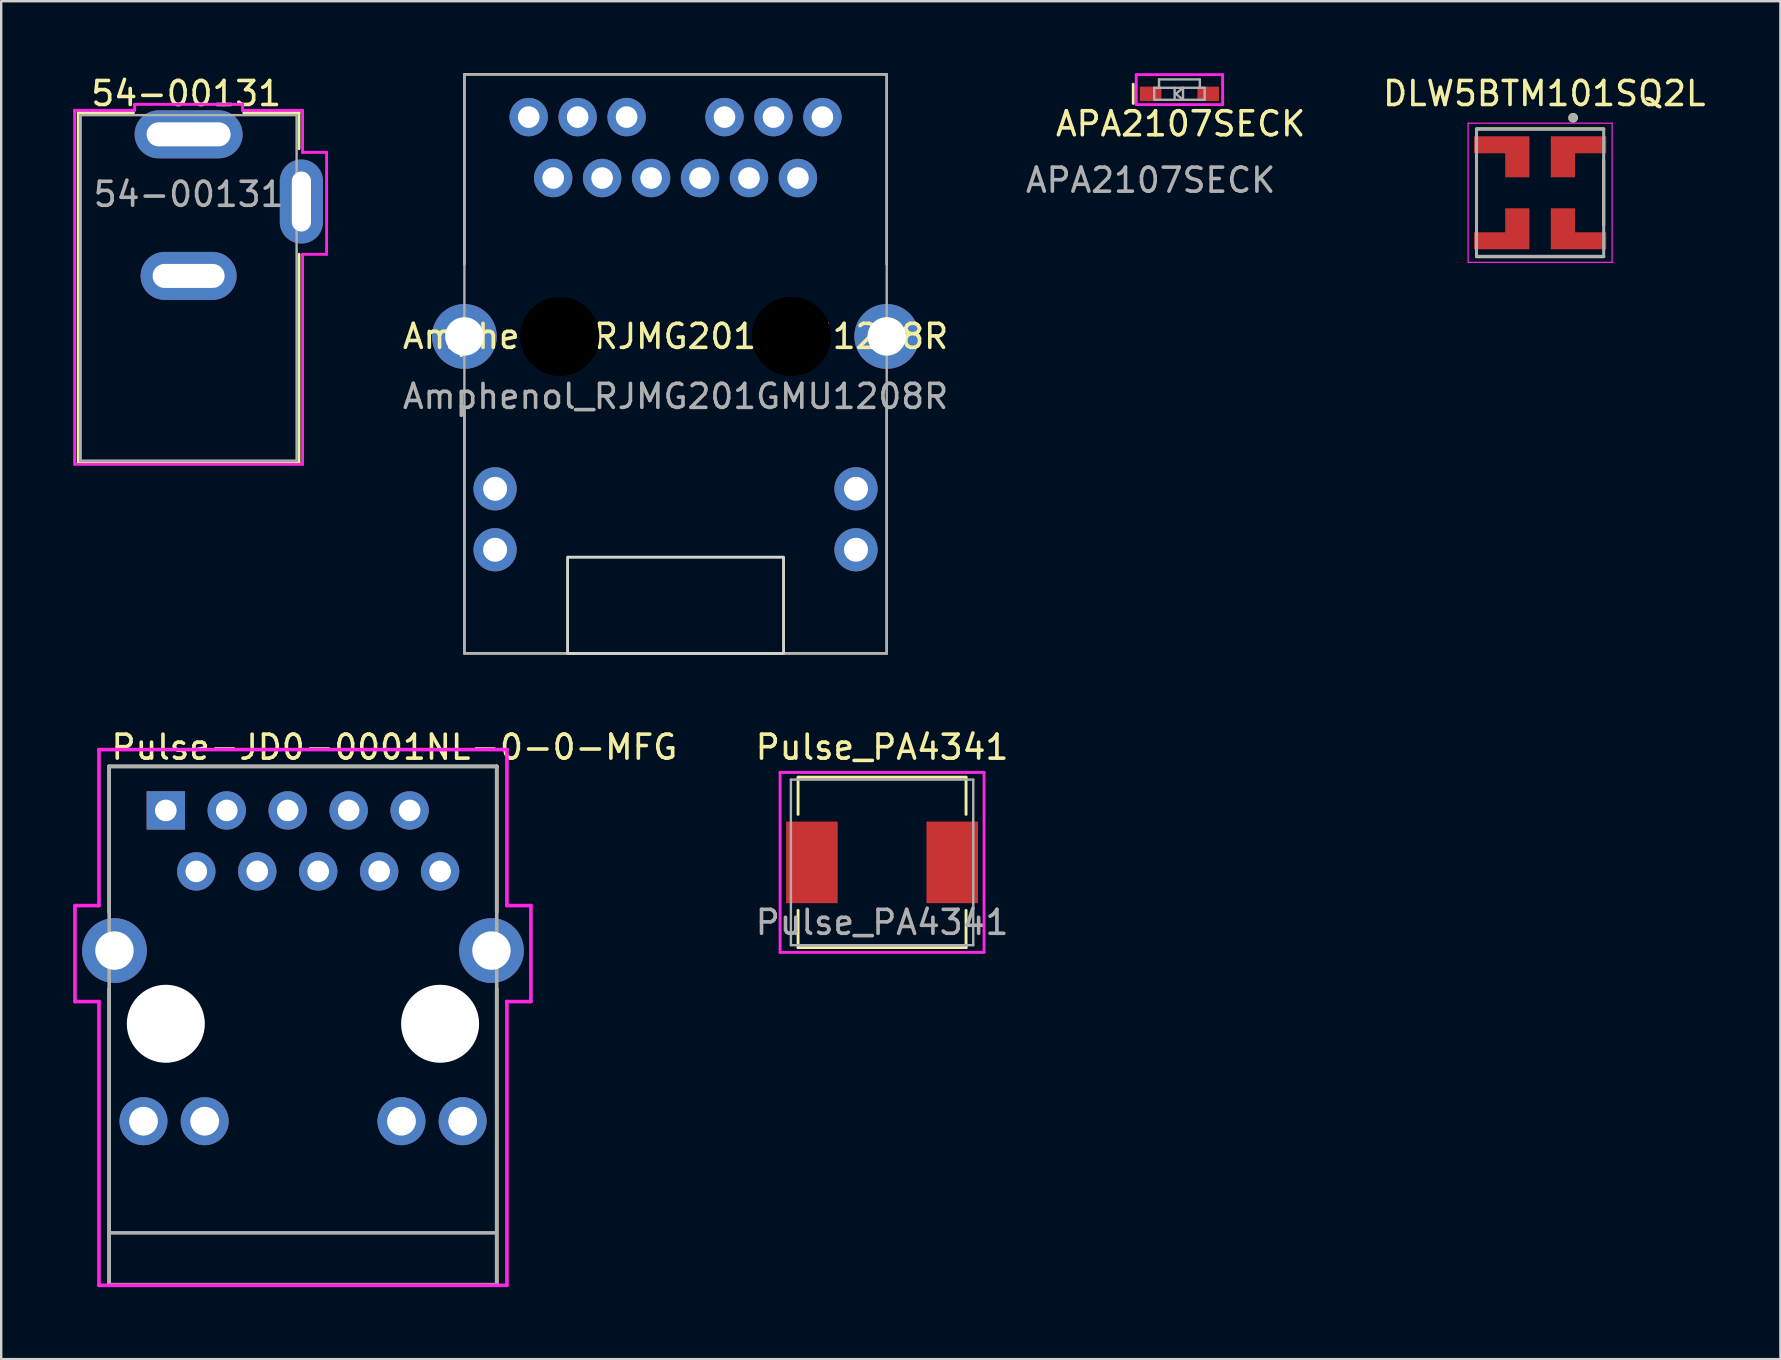
<source format=kicad_pcb>
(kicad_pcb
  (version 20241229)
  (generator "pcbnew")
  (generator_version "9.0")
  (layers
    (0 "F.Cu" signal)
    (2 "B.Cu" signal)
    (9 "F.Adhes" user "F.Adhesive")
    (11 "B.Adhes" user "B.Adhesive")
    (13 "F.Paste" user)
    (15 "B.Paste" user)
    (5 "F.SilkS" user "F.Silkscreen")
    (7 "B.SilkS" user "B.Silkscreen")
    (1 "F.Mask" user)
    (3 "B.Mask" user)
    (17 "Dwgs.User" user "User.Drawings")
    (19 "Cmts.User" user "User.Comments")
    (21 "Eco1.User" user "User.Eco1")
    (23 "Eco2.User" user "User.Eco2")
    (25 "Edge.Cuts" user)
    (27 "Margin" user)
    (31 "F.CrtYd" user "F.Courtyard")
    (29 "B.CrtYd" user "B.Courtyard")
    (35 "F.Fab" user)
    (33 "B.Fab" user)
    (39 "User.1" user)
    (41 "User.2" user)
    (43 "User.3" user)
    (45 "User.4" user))
  (footprint "Amphenol_RJMG201GMU1208R"
    (layer "F.Cu")
    (at 25.102 10.97)
    (property "Reference" "Amphenol_RJMG201GMU1208R" (at 0 0 0) (unlocked yes) (layer "F.SilkS") (effects (font (size 1 1) (thickness 0.15))))
    (fp_line (start -8.8 -3) (end -8.8 -10.92) (stroke (width 0.1) (type solid)) (layer "F.SilkS"))
    (fp_line (start -8.8 13.21) (end -8.8 3) (stroke (width 0.1) (type solid)) (layer "F.SilkS"))
    (fp_line (start -8.8 13.21) (end 8.8 13.21) (stroke (width 0.1) (type solid)) (layer "F.SilkS"))
    (fp_line (start 8.8 -10.92) (end -8.8 -10.92) (stroke (width 0.1) (type solid)) (layer "F.SilkS"))
    (fp_line (start 8.8 -3) (end 8.8 -10.92) (stroke (width 0.1) (type solid)) (layer "F.SilkS"))
    (fp_line (start 8.8 13.21) (end 8.8 3) (stroke (width 0.1) (type solid)) (layer "F.SilkS"))
    (fp_rect (start -4.5 9.2) (end 4.5 13.21) (stroke (width 0.12) (type solid)) (fill no) (layer "Edge.Cuts"))
    (fp_line (start -8.8 13.21) (end -8.8 -10.92) (stroke (width 0.1) (type solid)) (layer "F.Fab"))
    (fp_line (start -8.8 13.21) (end 8.8 13.21) (stroke (width 0.1) (type solid)) (layer "F.Fab"))
    (fp_line (start 8.8 -10.92) (end -8.8 -10.92) (stroke (width 0.1) (type solid)) (layer "F.Fab"))
    (fp_line (start 8.8 13.21) (end 8.8 -10.92) (stroke (width 0.1) (type solid)) (layer "F.Fab"))
    (fp_text user "${REFERENCE}" (at 0 2.5 0) (unlocked yes) (layer "F.Fab") (effects (font (size 1 1) (thickness 0.15))))
    (pad "" np_thru_hole circle (at -4.825 0) (size 3.3 3.3) (drill 3.3) (layers "*.Mask"))
    (pad "" np_thru_hole circle (at 4.825 0) (size 3.3 3.3) (drill 3.3) (layers "*.Mask"))
    (pad "1" thru_hole circle (at 5.1 -6.6) (size 1.6 1.6) (drill 0.9) (layers "*.Cu" "*.Mask"))
    (pad "2" thru_hole circle (at 3.06 -6.6) (size 1.6 1.6) (drill 0.9) (layers "*.Cu" "*.Mask"))
    (pad "3" thru_hole circle (at 1.02 -6.6) (size 1.6 1.6) (drill 0.9) (layers "*.Cu" "*.Mask"))
    (pad "4" thru_hole circle (at -1.02 -6.6) (size 1.6 1.6) (drill 0.9) (layers "*.Cu" "*.Mask"))
    (pad "5" thru_hole circle (at -3.06 -6.6) (size 1.6 1.6) (drill 0.9) (layers "*.Cu" "*.Mask"))
    (pad "6" thru_hole circle (at -5.1 -6.6) (size 1.6 1.6) (drill 0.9) (layers "*.Cu" "*.Mask"))
    (pad "7" thru_hole circle (at 6.12 -9.14) (size 1.6 1.6) (drill 0.9) (layers "*.Cu" "*.Mask"))
    (pad "8" thru_hole circle (at 4.08 -9.14) (size 1.6 1.6) (drill 0.9) (layers "*.Cu" "*.Mask"))
    (pad "9" thru_hole circle (at 2.04 -9.14) (size 1.6 1.6) (drill 0.9) (layers "*.Cu" "*.Mask"))
    (pad "10" thru_hole circle (at -2.04 -9.14) (size 1.6 1.6) (drill 0.9) (layers "*.Cu" "*.Mask"))
    (pad "11" thru_hole circle (at -4.08 -9.14) (size 1.6 1.6) (drill 0.9) (layers "*.Cu" "*.Mask"))
    (pad "12" thru_hole circle (at -6.12 -9.14) (size 1.6 1.6) (drill 0.9) (layers "*.Cu" "*.Mask"))
    (pad "13" thru_hole circle (at 7.52 6.35) (size 1.8 1.8) (drill 1) (layers "*.Cu" "*.Mask"))
    (pad "14" thru_hole circle (at 7.52 8.89) (size 1.8 1.8) (drill 1) (layers "*.Cu" "*.Mask"))
    (pad "15" thru_hole circle (at -7.52 6.35) (size 1.8 1.8) (drill 1) (layers "*.Cu" "*.Mask"))
    (pad "16" thru_hole circle (at -7.52 8.89) (size 1.8 1.8) (drill 1) (layers "*.Cu" "*.Mask"))
    (pad "S1" thru_hole circle (at -8.8 0) (size 2.7 2.7) (drill 1.6) (layers "*.Cu" "*.Mask"))
    (pad "S2" thru_hole circle (at 8.8 0) (size 2.7 2.7) (drill 1.6) (layers "*.Cu" "*.Mask")))
  (footprint "Pulse-JD0-0001NL-0-0-MFG"
    (layer "F.Cu")
    (at 9.575 39.688)
    (property "Reference" "Pulse-JD0-0001NL-0-0-MFG" (at -8.075 -11.6 0) (layer "F.SilkS") (effects (font (size 1 1) (thickness 0.15)) (justify left)))
    (attr through_hole)
    (fp_line (start -8.075 10.8) (end 8.075 10.8) (stroke (width 0.15) (type solid)) (layer "F.SilkS"))
    (fp_line (start -8.075 -10.8) (end 8.075 -10.8) (stroke (width 0.15) (type solid)) (layer "F.SilkS"))
    (fp_line (start -8.075 -4.725) (end -8.075 -10.8) (stroke (width 0.15) (type solid)) (layer "F.SilkS"))
    (fp_line (start -8.075 10.8) (end -8.075 -1.525) (stroke (width 0.15) (type solid)) (layer "F.SilkS"))
    (fp_line (start 8.075 -4.725) (end 8.075 -10.8) (stroke (width 0.15) (type solid)) (layer "F.SilkS"))
    (fp_line (start 8.075 10.8) (end 8.075 -1.525) (stroke (width 0.15) (type solid)) (layer "F.SilkS"))
    (fp_line (start -9.5 -5) (end -9.5 -1) (stroke (width 0.15) (type solid)) (layer "F.CrtYd"))
    (fp_line (start -9.5 -1) (end -8.5 -1) (stroke (width 0.15) (type solid)) (layer "F.CrtYd"))
    (fp_line (start -8.5 -11.5) (end -8.5 -5) (stroke (width 0.15) (type solid)) (layer "F.CrtYd"))
    (fp_line (start -8.5 -5) (end -9.5 -5) (stroke (width 0.15) (type solid)) (layer "F.CrtYd"))
    (fp_line (start -8.5 -1) (end -8.5 10.825) (stroke (width 0.15) (type solid)) (layer "F.CrtYd"))
    (fp_line (start -8.5 10.825) (end 8.5 10.825) (stroke (width 0.15) (type solid)) (layer "F.CrtYd"))
    (fp_line (start 8.5 -11.5) (end -8.5 -11.5) (stroke (width 0.15) (type solid)) (layer "F.CrtYd"))
    (fp_line (start 8.5 -5) (end 8.5 -11.5) (stroke (width 0.15) (type solid)) (layer "F.CrtYd"))
    (fp_line (start 8.5 -5) (end 9.5 -5) (stroke (width 0.15) (type solid)) (layer "F.CrtYd"))
    (fp_line (start 8.5 -1) (end 8.5 -1) (stroke (width 0.15) (type solid)) (layer "F.CrtYd"))
    (fp_line (start 8.5 -1) (end 9.5 -1) (stroke (width 0.15) (type solid)) (layer "F.CrtYd"))
    (fp_line (start 8.5 10.825) (end 8.5 -1) (stroke (width 0.15) (type solid)) (layer "F.CrtYd"))
    (fp_line (start 9.5 -1) (end 9.5 -5) (stroke (width 0.15) (type solid)) (layer "F.CrtYd"))
    (fp_line (start -8.075 -10.8) (end 8.075 -10.8) (stroke (width 0.15) (type solid)) (layer "F.Fab"))
    (fp_line (start -8.075 10.8) (end -8.075 -10.8) (stroke (width 0.15) (type solid)) (layer "F.Fab"))
    (fp_line (start 8.075 -10.8) (end 8.075 10.8) (stroke (width 0.15) (type solid)) (layer "F.Fab"))
    (fp_line (start 8.075 8.64) (end -8.075 8.64) (stroke (width 0.15) (type solid)) (layer "F.Fab"))
    (fp_line (start 8.075 10.8) (end -8.075 10.8) (stroke (width 0.15) (type solid)) (layer "F.Fab"))
    (pad "" np_thru_hole circle (at -5.715 -0.075) (size 3.25 3.25) (drill 3.25) (layers "*.Cu" "*.Mask"))
    (pad "" np_thru_hole circle (at 5.715 -0.075) (size 3.25 3.25) (drill 3.25) (layers "*.Cu" "*.Mask"))
    (pad "1" thru_hole rect (at -5.715 -8.965) (size 1.6 1.6) (drill 0.9) (layers "*.Cu" "*.Mask"))
    (pad "2" thru_hole circle (at -4.445 -6.425) (size 1.6 1.6) (drill 0.9) (layers "*.Cu" "*.Mask"))
    (pad "3" thru_hole circle (at -3.175 -8.965) (size 1.6 1.6) (drill 0.9) (layers "*.Cu" "*.Mask"))
    (pad "4" thru_hole circle (at -1.905 -6.425) (size 1.6 1.6) (drill 0.9) (layers "*.Cu" "*.Mask"))
    (pad "5" thru_hole circle (at -0.635 -8.965) (size 1.6 1.6) (drill 0.9) (layers "*.Cu" "*.Mask"))
    (pad "6" thru_hole circle (at 0.635 -6.425) (size 1.6 1.6) (drill 0.9) (layers "*.Cu" "*.Mask"))
    (pad "7" thru_hole circle (at 1.905 -8.965) (size 1.6 1.6) (drill 0.9) (layers "*.Cu" "*.Mask"))
    (pad "8" thru_hole circle (at 3.175 -6.425) (size 1.6 1.6) (drill 0.9) (layers "*.Cu" "*.Mask"))
    (pad "9" thru_hole circle (at 4.445 -8.965) (size 1.6 1.6) (drill 0.9) (layers "*.Cu" "*.Mask"))
    (pad "10" thru_hole circle (at 5.715 -6.425) (size 1.6 1.6) (drill 0.9) (layers "*.Cu" "*.Mask"))
    (pad "11" thru_hole circle (at -6.645 3.985) (size 2 2) (drill 1.2) (layers "*.Cu" "*.Mask"))
    (pad "12" thru_hole circle (at -4.095 3.985) (size 2 2) (drill 1.2) (layers "*.Cu" "*.Mask"))
    (pad "13" thru_hole circle (at 4.105 3.985) (size 2 2) (drill 1.2) (layers "*.Cu" "*.Mask"))
    (pad "14" thru_hole circle (at 6.655 3.985) (size 2 2) (drill 1.2) (layers "*.Cu" "*.Mask"))
    (pad "S" thru_hole circle (at -7.855 -3.125) (size 2.7 2.7) (drill 1.6) (layers "*.Cu" "*.Mask"))
    (pad "S" thru_hole circle (at 7.855 -3.125) (size 2.7 2.7) (drill 1.6) (layers "*.Cu" "*.Mask"))
    (zone (net_name "") (layer "F.Cu") (hatch edge 0.508) (connect_pads) (min_thickness 0.254) (filled_areas_thickness no) (keepout (tracks not_allowed) (vias not_allowed) (pads not_allowed) (copperpour not_allowed) (footprints not_allowed)) (placement (enabled no)) (fill) (polygon (pts (xy 16.575 50.488) (xy 2.575 50.488) (xy 2.575 47.688) (xy 16.575 47.688)))))
  (footprint "APA2107SECK"
    (layer "F.Cu")
    (at 44.9 0.86)
    (property "Reference" "APA2107SECK" (at 1.25 1.25 0) (unlocked yes) (layer "F.SilkS") (effects (font (size 1 1) (thickness 0.15))))
    (fp_line (start -0.725 -0.4) (end -0.725 0.4) (stroke (width 0.12) (type solid)) (layer "F.SilkS"))
    (fp_line (start -0.6 -0.8) (end -0.6 0.45) (stroke (width 0.12) (type solid)) (layer "F.CrtYd"))
    (fp_line (start -0.6 0.45) (end 3 0.45) (stroke (width 0.12) (type solid)) (layer "F.CrtYd"))
    (fp_line (start 3 -0.8) (end -0.6 -0.8) (stroke (width 0.12) (type solid)) (layer "F.CrtYd"))
    (fp_line (start 3 0.45) (end 3 -0.8) (stroke (width 0.12) (type solid)) (layer "F.CrtYd"))
    (fp_line (start 0.15 -0.25) (end 2.25 -0.25) (stroke (width 0.1) (type solid)) (layer "F.Fab"))
    (fp_line (start 0.15 0.25) (end 0.15 -0.25) (stroke (width 0.1) (type solid)) (layer "F.Fab"))
    (fp_line (start 0.15 0.25) (end 2.25 0.25) (stroke (width 0.1) (type solid)) (layer "F.Fab"))
    (fp_line (start 0.35 -0.6) (end 0.35 -0.25) (stroke (width 0.1) (type solid)) (layer "F.Fab"))
    (fp_line (start 0.35 -0.6) (end 2.05 -0.6) (stroke (width 0.1) (type solid)) (layer "F.Fab"))
    (fp_line (start 1 -0.25) (end 1 0.25) (stroke (width 0.1) (type solid)) (layer "F.Fab"))
    (fp_line (start 1.05 0) (end 1.35 0.25) (stroke (width 0.1) (type solid)) (layer "F.Fab"))
    (fp_line (start 1.35 -0.25) (end 1.05 0) (stroke (width 0.1) (type solid)) (layer "F.Fab"))
    (fp_line (start 1.35 0.25) (end 1.35 -0.25) (stroke (width 0.1) (type solid)) (layer "F.Fab"))
    (fp_line (start 2.05 -0.6) (end 2.05 -0.25) (stroke (width 0.1) (type solid)) (layer "F.Fab"))
    (fp_line (start 2.25 -0.25) (end 2.25 0.25) (stroke (width 0.1) (type solid)) (layer "F.Fab"))
    (fp_text user "${REFERENCE}" (at 0 3.6 0) (unlocked yes) (layer "F.Fab") (effects (font (size 1 1) (thickness 0.15))))
    (pad "1" smd rect (at 0 0) (size 0.9 0.6) (layers "F.Cu" "F.Mask" "F.Paste"))
    (pad "2" smd rect (at 2.4 0) (size 0.9 0.6) (layers "F.Cu" "F.Mask" "F.Paste")))
  (footprint "Pulse_PA4341"
    (layer "F.Cu")
    (at 33.708 32.888)
    (property "Reference" "Pulse_PA4341" (at 0 -4.8 0) (unlocked yes) (layer "F.SilkS") (effects (font (size 1 1) (thickness 0.15))))
    (fp_line (start -3.5 -3.55) (end -3.5 -2) (stroke (width 0.12) (type solid)) (layer "F.SilkS"))
    (fp_line (start -3.5 -3.55) (end 3.5 -3.55) (stroke (width 0.12) (type solid)) (layer "F.SilkS"))
    (fp_line (start -3.5 3.55) (end -3.5 2) (stroke (width 0.12) (type solid)) (layer "F.SilkS"))
    (fp_line (start 3.5 -3.55) (end 3.5 -2) (stroke (width 0.12) (type solid)) (layer "F.SilkS"))
    (fp_line (start 3.5 3.55) (end -3.5 3.55) (stroke (width 0.12) (type solid)) (layer "F.SilkS"))
    (fp_line (start 3.5 3.55) (end 3.5 2) (stroke (width 0.12) (type solid)) (layer "F.SilkS"))
    (fp_line (start -4.25 -3.75) (end 4.25 -3.75) (stroke (width 0.12) (type solid)) (layer "F.CrtYd"))
    (fp_line (start -4.25 3.75) (end -4.25 -3.75) (stroke (width 0.12) (type solid)) (layer "F.CrtYd"))
    (fp_line (start 4.25 -3.75) (end 4.25 3.75) (stroke (width 0.12) (type solid)) (layer "F.CrtYd"))
    (fp_line (start 4.25 3.75) (end -4.25 3.75) (stroke (width 0.12) (type solid)) (layer "F.CrtYd"))
    (fp_line (start -3.8 -3.45) (end -3.8 3.45) (stroke (width 0.1) (type solid)) (layer "F.Fab"))
    (fp_line (start -3.8 -3.45) (end 3.8 -3.45) (stroke (width 0.1) (type solid)) (layer "F.Fab"))
    (fp_line (start -3.8 3.45) (end 3.8 3.45) (stroke (width 0.1) (type solid)) (layer "F.Fab"))
    (fp_line (start 3.8 -3.45) (end 3.8 3.45) (stroke (width 0.1) (type solid)) (layer "F.Fab"))
    (fp_text user "${REFERENCE}" (at 0 2.5 0) (unlocked yes) (layer "F.Fab") (effects (font (size 1 1) (thickness 0.15))))
    (pad "1" smd rect (at -2.925 0) (size 2.15 3.4) (layers "F.Cu" "F.Mask" "F.Paste"))
    (pad "2" smd rect (at 2.925 0) (size 2.15 3.4) (layers "F.Cu" "F.Mask" "F.Paste")))
  (footprint "DLW5BTM101SQ2L"
    (layer "F.Cu")
    (at 61.13 4.983)
    (property "Reference" "DLW5BTM101SQ2L" (at 0.175 -4.135 0) (layer "F.SilkS") (effects (font (size 1 1) (thickness 0.15))))
    (attr through_hole)
    (fp_poly (pts (xy -0.35 -2.45) (xy -2.85 -2.45) (xy -2.85 -1.55) (xy -1.55 -1.55) (xy -1.55 -0.55) (xy -0.35 -0.55)) (stroke (width 0.01) (type solid)) (fill yes) (layer "F.Mask"))
    (fp_poly (pts (xy -0.35 2.45) (xy -2.85 2.45) (xy -2.85 1.55) (xy -1.55 1.55) (xy -1.55 0.55) (xy -0.35 0.55)) (stroke (width 0.01) (type solid)) (fill yes) (layer "F.Mask"))
    (fp_poly (pts (xy 0.35 -2.45) (xy 2.85 -2.45) (xy 2.85 -1.55) (xy 1.55 -1.55) (xy 1.55 -0.55) (xy 0.35 -0.55)) (stroke (width 0.01) (type solid)) (fill yes) (layer "F.Mask"))
    (fp_poly (pts (xy 0.35 2.45) (xy 2.85 2.45) (xy 2.85 1.55) (xy 1.55 1.55) (xy 1.55 0.55) (xy 0.35 0.55)) (stroke (width 0.01) (type solid)) (fill yes) (layer "F.Mask"))
    (fp_line (start -2.65 -1.337) (end -2.65 1.337) (stroke (width 0.127) (type solid)) (layer "F.SilkS"))
    (fp_line (start -2.65 2.663) (end 2.65 2.663) (stroke (width 0.127) (type solid)) (layer "F.SilkS"))
    (fp_line (start 2.65 -2.663) (end -2.65 -2.663) (stroke (width 0.127) (type solid)) (layer "F.SilkS"))
    (fp_line (start 2.65 1.337) (end 2.65 -1.337) (stroke (width 0.127) (type solid)) (layer "F.SilkS"))
    (fp_circle (center 1.375 -3.125) (end 1.475 -3.125) (stroke (width 0.2) (type solid)) (fill no) (layer "F.SilkS"))
    (fp_poly (pts (xy -0.45 -2.35) (xy -2.75 -2.35) (xy -2.75 -1.65) (xy -1.45 -1.65) (xy -1.45 -0.65) (xy -0.45 -0.65)) (stroke (width 0.01) (type solid)) (fill yes) (layer "F.Paste"))
    (fp_poly (pts (xy -0.45 2.35) (xy -2.75 2.35) (xy -2.75 1.65) (xy -1.45 1.65) (xy -1.45 0.65) (xy -0.45 0.65)) (stroke (width 0.01) (type solid)) (fill yes) (layer "F.Paste"))
    (fp_poly (pts (xy 0.45 -2.35) (xy 2.75 -2.35) (xy 2.75 -1.65) (xy 1.45 -1.65) (xy 1.45 -0.65) (xy 0.45 -0.65)) (stroke (width 0.01) (type solid)) (fill yes) (layer "F.Paste"))
    (fp_poly (pts (xy 0.45 2.35) (xy 2.75 2.35) (xy 2.75 1.65) (xy 1.45 1.65) (xy 1.45 0.65) (xy 0.45 0.65)) (stroke (width 0.01) (type solid)) (fill yes) (layer "F.Paste"))
    (fp_line (start -3 -2.9) (end 3 -2.9) (stroke (width 0.05) (type solid)) (layer "F.CrtYd"))
    (fp_line (start -3 2.9) (end -3 -2.9) (stroke (width 0.05) (type solid)) (layer "F.CrtYd"))
    (fp_line (start 3 -2.9) (end 3 2.9) (stroke (width 0.05) (type solid)) (layer "F.CrtYd"))
    (fp_line (start 3 2.9) (end -3 2.9) (stroke (width 0.05) (type solid)) (layer "F.CrtYd"))
    (fp_line (start -2.65 -2.65) (end -2.65 2.65) (stroke (width 0.127) (type solid)) (layer "F.Fab"))
    (fp_line (start -2.65 2.65) (end 2.65 2.65) (stroke (width 0.127) (type solid)) (layer "F.Fab"))
    (fp_line (start 2.65 -2.65) (end -2.65 -2.65) (stroke (width 0.127) (type solid)) (layer "F.Fab"))
    (fp_line (start 2.65 2.65) (end 2.65 -2.65) (stroke (width 0.127) (type solid)) (layer "F.Fab"))
    (fp_circle (center 1.375 -3.125) (end 1.475 -3.125) (stroke (width 0.2) (type solid)) (fill no) (layer "F.Fab"))
    (pad "1" smd custom (at 0.875 -1.075) (size 0.75 0.75) (layers "F.Cu") (options (anchor rect)) (primitives (gr_poly (pts (xy -0.425 -1.275) (xy 1.875 -1.275) (xy 1.875 -0.575) (xy 0.575 -0.575) (xy 0.575 0.425) (xy -0.425 0.425)) (width 0.01) (fill yes))))
    (pad "2" smd custom (at -0.875 -1.075) (size 0.75 0.75) (layers "F.Cu" "F.Mask" "F.Paste") (options (anchor rect)) (primitives (gr_poly (pts (xy 0.425 -1.275) (xy -1.875 -1.275) (xy -1.875 -0.575) (xy -0.575 -0.575) (xy -0.575 0.425) (xy 0.425 0.425)) (width 0.01) (fill yes))))
    (pad "3" smd custom (at -0.875 1.075) (size 0.75 0.75) (layers "F.Cu") (options (anchor rect)) (primitives (gr_poly (pts (xy 0.425 1.275) (xy -1.875 1.275) (xy -1.875 0.575) (xy -0.575 0.575) (xy -0.575 -0.425) (xy 0.425 -0.425)) (width 0.01) (fill yes))))
    (pad "4" smd custom (at 0.875 1.075) (size 0.75 0.75) (layers "F.Cu") (options (anchor rect)) (primitives (gr_poly (pts (xy -0.425 1.275) (xy 1.875 1.275) (xy 1.875 0.575) (xy 0.575 0.575) (xy 0.575 -0.425) (xy -0.425 -0.425)) (width 0.01) (fill yes)))))
  (footprint "54-00131"
    (layer "F.Cu")
    (at 4.81 2.548)
    (property "Reference" "54-00131" (at -0.1 -1.7 0) (unlocked yes) (layer "F.SilkS") (effects (font (size 1 1) (thickness 0.15))))
    (fp_line (start -4.6 -0.9) (end -4.6 13.7) (stroke (width 0.12) (type solid)) (layer "F.SilkS"))
    (fp_line (start -4.6 13.7) (end 4.6 13.7) (stroke (width 0.12) (type solid)) (layer "F.SilkS"))
    (fp_line (start -2.3 -0.9) (end -4.6 -0.9) (stroke (width 0.12) (type solid)) (layer "F.SilkS"))
    (fp_line (start 2.3 -0.9) (end 4.6 -0.9) (stroke (width 0.12) (type solid)) (layer "F.SilkS"))
    (fp_line (start 4.6 -0.9) (end 4.6 0.6) (stroke (width 0.12) (type solid)) (layer "F.SilkS"))
    (fp_line (start 4.6 13.7) (end 4.6 5) (stroke (width 0.12) (type solid)) (layer "F.SilkS"))
    (fp_line (start -4.75 -1) (end -4.75 13.75) (stroke (width 0.12) (type solid)) (layer "F.CrtYd"))
    (fp_line (start -4.75 13.75) (end 4.75 13.75) (stroke (width 0.12) (type solid)) (layer "F.CrtYd"))
    (fp_line (start -2.25 -1.25) (end -2.25 -1) (stroke (width 0.12) (type solid)) (layer "F.CrtYd"))
    (fp_line (start -2.25 -1) (end -4.75 -1) (stroke (width 0.12) (type solid)) (layer "F.CrtYd"))
    (fp_line (start 2.25 -1.25) (end -2.25 -1.25) (stroke (width 0.12) (type solid)) (layer "F.CrtYd"))
    (fp_line (start 2.25 -1) (end 2.25 -1.25) (stroke (width 0.12) (type solid)) (layer "F.CrtYd"))
    (fp_line (start 4.75 -1) (end 2.25 -1) (stroke (width 0.12) (type solid)) (layer "F.CrtYd"))
    (fp_line (start 4.75 0.75) (end 4.75 -1) (stroke (width 0.12) (type solid)) (layer "F.CrtYd"))
    (fp_line (start 4.75 5) (end 5.75 5) (stroke (width 0.12) (type solid)) (layer "F.CrtYd"))
    (fp_line (start 4.75 13.75) (end 4.75 5) (stroke (width 0.12) (type solid)) (layer "F.CrtYd"))
    (fp_line (start 5.75 0.75) (end 4.75 0.75) (stroke (width 0.12) (type solid)) (layer "F.CrtYd"))
    (fp_line (start 5.75 5) (end 5.75 0.75) (stroke (width 0.12) (type solid)) (layer "F.CrtYd"))
    (fp_line (start -4.5 -0.8) (end -4.5 13.6) (stroke (width 0.1) (type solid)) (layer "F.Fab"))
    (fp_line (start -4.5 -0.8) (end 4.5 -0.8) (stroke (width 0.1) (type solid)) (layer "F.Fab"))
    (fp_line (start -4.5 13.6) (end 4.5 13.6) (stroke (width 0.1) (type solid)) (layer "F.Fab"))
    (fp_line (start 4.5 -0.8) (end 4.5 13.6) (stroke (width 0.1) (type solid)) (layer "F.Fab"))
    (fp_text user "${REFERENCE}" (at 0 2.5 0) (unlocked yes) (layer "F.Fab") (effects (font (size 1 1) (thickness 0.15))))
    (pad "1" thru_hole oval (at 0 0) (size 4.5 2) (drill oval 3.5 1) (layers "*.Cu" "*.Mask"))
    (pad "2" thru_hole oval (at 0 5.9 180) (size 4 2) (drill oval 3 1) (layers "*.Cu" "*.Mask"))
    (pad "3" thru_hole oval (at 4.7 2.8 270) (size 3.5 1.8) (drill oval 2.5 0.8) (layers "*.Cu" "*.Mask")))
  (gr_rect
    (start -3 -3)
    (end 71.144 53.588)
    (stroke (width 0.1) (type default))
    (fill no)
    (layer "Edge.Cuts")))
</source>
